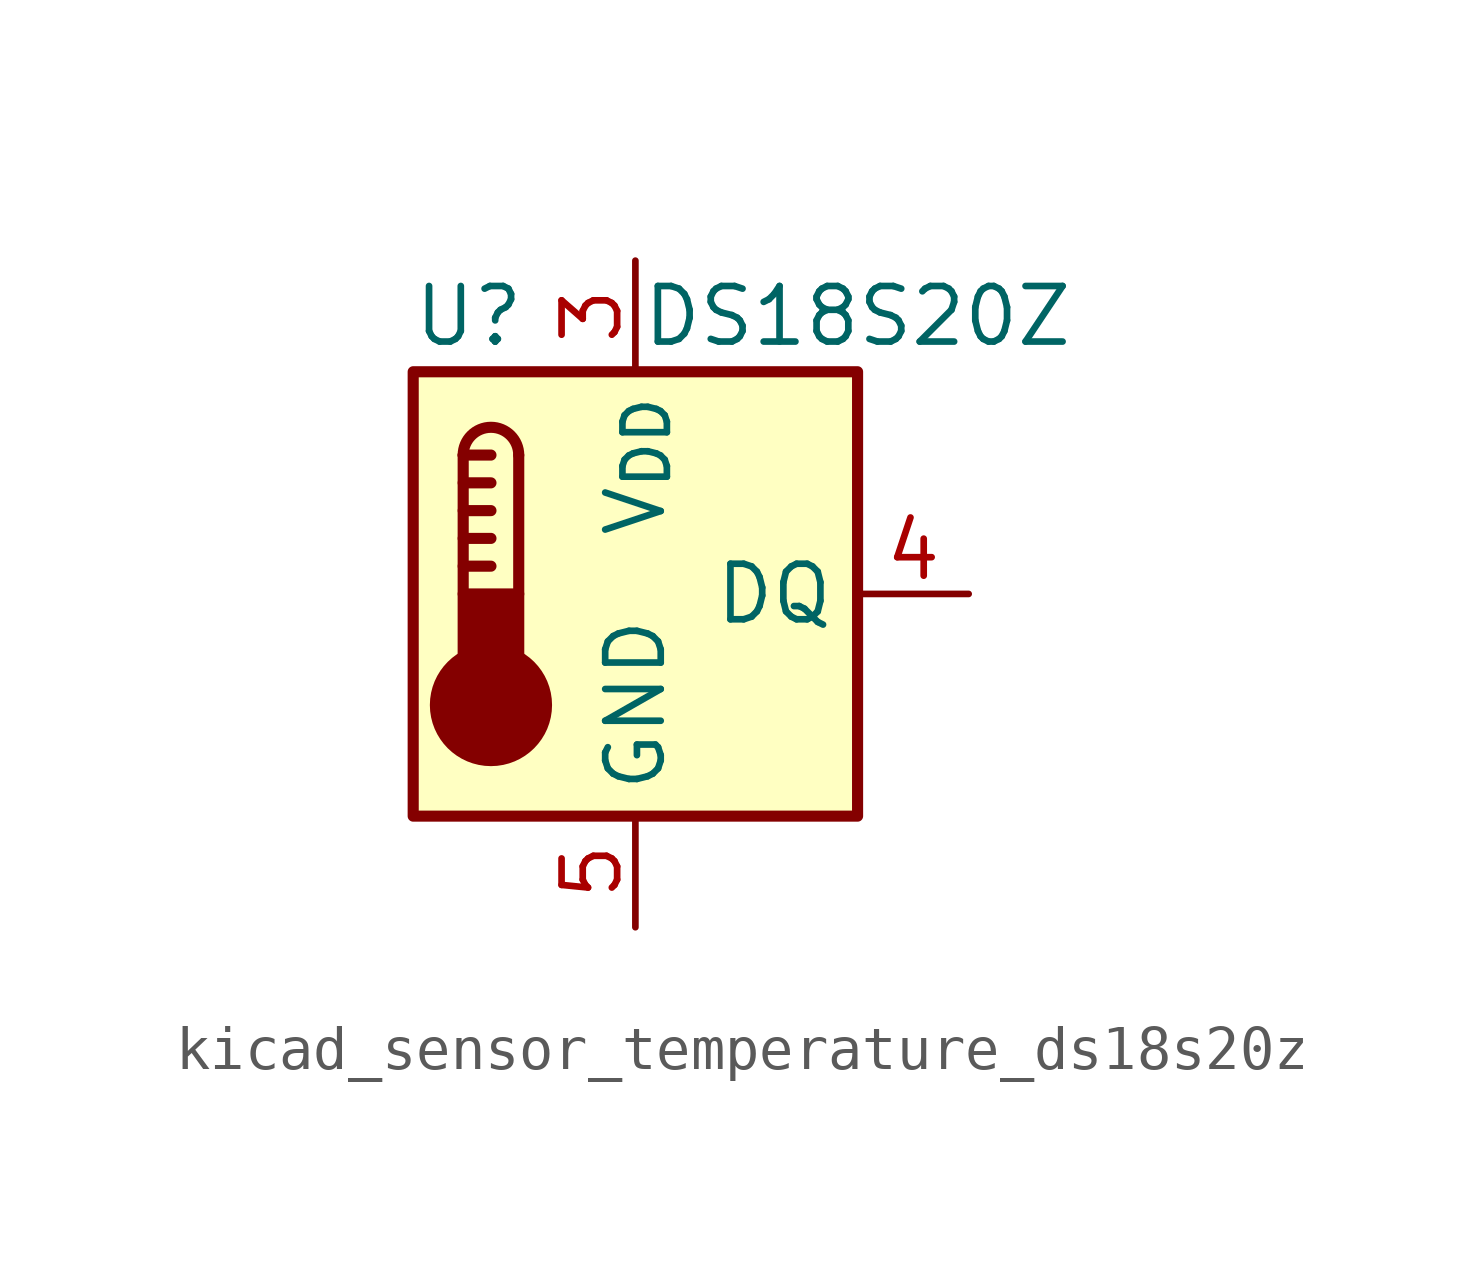
<source format=kicad_sym>
(kicad_symbol_lib
  (version 20220914)
  (generator kicad_symbol_editor)
  (symbol "kicad_sensor_temperature_ds18s20z"
    (property "Reference" "U"
      (at -3.81 6.35 0)
      (effects (font (size 1.27 1.27))))
    (property "Value" "DS18S20Z"
      (at 5.08 6.35 0)
      (effects (font (size 1.27 1.27))))
    (symbol "kicad_sensor_temperature_ds18s20z_0_1"
      (rectangle (start -5.08 5.08) (end 5.08 -5.08) (stroke (width 0.254) (type default)) (fill (type background)))
      (circle (center -3.302 -2.54) (radius 1.27) (stroke (width 0.254) (type default)) (fill (type outline)))
      (rectangle (start -2.667 -1.905) (end -3.937 0) (stroke (width 0.254) (type default)) (fill (type outline)))
      (arc (start -2.667 3.175) (mid -3.302 3.8073) (end -3.937 3.175) (stroke (width 0.254) (type default)) (fill (type none)))
      (polyline (pts (xy -3.937 0.635) (xy -3.302 0.635)) (stroke (width 0.254) (type default)) (fill (type none)))
      (polyline (pts (xy -3.937 1.27) (xy -3.302 1.27)) (stroke (width 0.254) (type default)) (fill (type none)))
      (polyline (pts (xy -3.937 1.905) (xy -3.302 1.905)) (stroke (width 0.254) (type default)) (fill (type none)))
      (polyline (pts (xy -3.937 2.54) (xy -3.302 2.54)) (stroke (width 0.254) (type default)) (fill (type none)))
      (polyline (pts (xy -3.937 3.175) (xy -3.937 0)) (stroke (width 0.254) (type default)) (fill (type none)))
      (polyline (pts (xy -3.937 3.175) (xy -3.302 3.175)) (stroke (width 0.254) (type default)) (fill (type none)))
      (polyline (pts (xy -2.667 3.175) (xy -2.667 0)) (stroke (width 0.254) (type default)) (fill (type none))))
    (symbol "kicad_sensor_temperature_ds18s20z_1_1"
      (pin no_connect line (at -5.08 2.54 0) (length 2.54) hide (name "NC" (effects (font (size 1.27 1.27)))) (number "1" (effects (font (size 1.27 1.27)))))
      (pin no_connect line (at -5.08 0 0) (length 2.54) hide (name "NC" (effects (font (size 1.27 1.27)))) (number "2" (effects (font (size 1.27 1.27)))))
      (pin power_in line (at 0 7.62 270) (length 2.54) (name "V_{DD}" (effects (font (size 1.27 1.27)))) (number "3" (effects (font (size 1.27 1.27)))))
      (pin bidirectional line (at 7.62 0 180) (length 2.54) (name "DQ" (effects (font (size 1.27 1.27)))) (number "4" (effects (font (size 1.27 1.27)))))
      (pin power_in line (at 0 -7.62 90) (length 2.54) (name "GND" (effects (font (size 1.27 1.27)))) (number "5" (effects (font (size 1.27 1.27)))))
      (pin no_connect line (at -5.08 -2.54 0) (length 2.54) hide (name "NC" (effects (font (size 1.27 1.27)))) (number "6" (effects (font (size 1.27 1.27)))))
      (pin no_connect line (at 5.08 2.54 180) (length 2.54) hide (name "NC" (effects (font (size 1.27 1.27)))) (number "7" (effects (font (size 1.27 1.27)))))
      (pin no_connect line (at 5.08 -2.54 180) (length 2.54) hide (name "NC" (effects (font (size 1.27 1.27)))) (number "8" (effects (font (size 1.27 1.27))))))))
</source>
